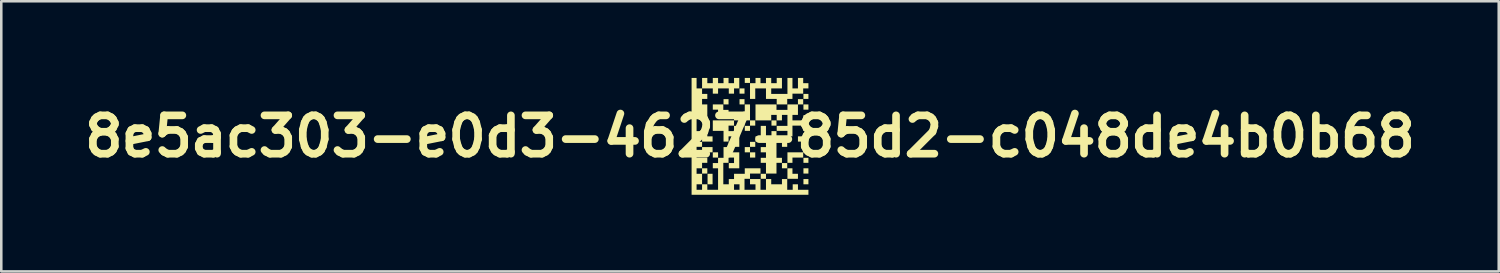
<source format=kicad_pcb>
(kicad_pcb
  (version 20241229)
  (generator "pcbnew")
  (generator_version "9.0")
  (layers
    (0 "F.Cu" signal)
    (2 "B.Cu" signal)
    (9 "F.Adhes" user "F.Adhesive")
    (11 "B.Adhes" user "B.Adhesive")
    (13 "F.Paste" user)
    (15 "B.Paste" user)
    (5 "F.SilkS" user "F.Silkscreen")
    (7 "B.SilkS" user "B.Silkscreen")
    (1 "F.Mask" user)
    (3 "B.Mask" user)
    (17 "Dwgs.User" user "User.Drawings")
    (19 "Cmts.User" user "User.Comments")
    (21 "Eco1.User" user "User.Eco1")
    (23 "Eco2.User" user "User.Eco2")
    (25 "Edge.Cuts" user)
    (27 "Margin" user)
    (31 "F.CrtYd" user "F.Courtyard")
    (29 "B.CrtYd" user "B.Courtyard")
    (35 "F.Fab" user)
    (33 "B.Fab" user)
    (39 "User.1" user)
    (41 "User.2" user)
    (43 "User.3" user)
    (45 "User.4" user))
  (footprint "8e5ac303-e0d3-4627-85d2-c048de4b0b68"
    (layer "F.Cu")
    (at 26.3 2.286)
    (property "Reference" "8e5ac303-e0d3-4627-85d2-c048de4b0b68" (at 0 0 0) (layer "F.SilkS") (effects (font (size 1.5 1.5) (thickness 0.3))))
    (attr board_only exclude_from_pos_files exclude_from_bom)
    (fp_poly (pts (xy -1.671 1.353) (xy -1.671 1.456) (xy -1.773 1.456) (xy -1.876 1.456) (xy -1.876 1.353) (xy -1.876 1.25) (xy -1.773 1.25) (xy -1.671 1.25)) (stroke (width 0) (type solid)) (fill yes) (layer "F.SilkS"))
    (fp_poly (pts (xy -1.465 0.523) (xy -1.465 0.625) (xy -1.671 0.625) (xy -1.876 0.625) (xy -1.876 0.523) (xy -1.876 0.42) (xy -1.671 0.42) (xy -1.465 0.42)) (stroke (width 0) (type solid)) (fill yes) (layer "F.SilkS"))
    (fp_poly (pts (xy -1.465 1.671) (xy -1.465 1.876) (xy -1.563 1.876) (xy -1.661 1.876) (xy -1.661 1.671) (xy -1.661 1.465) (xy -1.563 1.465) (xy -1.465 1.465)) (stroke (width 0) (type solid)) (fill yes) (layer "F.SilkS"))
    (fp_poly (pts (xy -1.25 0.728) (xy -1.25 0.83) (xy -1.353 0.83) (xy -1.456 0.83) (xy -1.456 0.728) (xy -1.456 0.625) (xy -1.353 0.625) (xy -1.25 0.625)) (stroke (width 0) (type solid)) (fill yes) (layer "F.SilkS"))
    (fp_poly (pts (xy -0.84 -1.353) (xy -0.84 -1.25) (xy -0.938 -1.25) (xy -1.036 -1.25) (xy -1.036 -1.353) (xy -1.036 -1.456) (xy -0.938 -1.456) (xy -0.84 -1.456)) (stroke (width 0) (type solid)) (fill yes) (layer "F.SilkS"))
    (fp_poly (pts (xy -0.215 -1.773) (xy -0.215 -1.671) (xy -0.313 -1.671) (xy -0.41 -1.671) (xy -0.41 -1.773) (xy -0.41 -1.876) (xy -0.313 -1.876) (xy -0.215 -1.876)) (stroke (width 0) (type solid)) (fill yes) (layer "F.SilkS"))
    (fp_poly (pts (xy -0.215 -1.353) (xy -0.215 -1.25) (xy -0.313 -1.25) (xy -0.41 -1.25) (xy -0.41 -1.353) (xy -0.41 -1.456) (xy -0.313 -1.456) (xy -0.215 -1.456)) (stroke (width 0) (type solid)) (fill yes) (layer "F.SilkS"))
    (fp_poly (pts (xy 0 -2.188) (xy 0 -2.091) (xy -0.103 -2.091) (xy -0.205 -2.091) (xy -0.205 -2.188) (xy -0.205 -2.286) (xy -0.103 -2.286) (xy 0 -2.286)) (stroke (width 0) (type solid)) (fill yes) (layer "F.SilkS"))
    (fp_poly (pts (xy 0 -0.313) (xy 0 -0.215) (xy -0.103 -0.215) (xy -0.205 -0.215) (xy -0.205 -0.313) (xy -0.205 -0.41) (xy -0.103 -0.41) (xy 0 -0.41)) (stroke (width 0) (type solid)) (fill yes) (layer "F.SilkS"))
    (fp_poly (pts (xy 0 0.523) (xy 0 0.625) (xy -0.103 0.625) (xy -0.205 0.625) (xy -0.205 0.523) (xy -0.205 0.42) (xy -0.103 0.42) (xy 0 0.42)) (stroke (width 0) (type solid)) (fill yes) (layer "F.SilkS"))
    (fp_poly (pts (xy 0.205 -0.523) (xy 0.205 -0.42) (xy 0.103 -0.42) (xy 0 -0.42) (xy 0 -0.523) (xy 0 -0.625) (xy 0.103 -0.625) (xy 0.205 -0.625)) (stroke (width 0) (type solid)) (fill yes) (layer "F.SilkS"))
    (fp_poly (pts (xy 0.205 0.313) (xy 0.205 0.41) (xy 0.103 0.41) (xy 0 0.41) (xy 0 0.313) (xy 0 0.215) (xy 0.103 0.215) (xy 0.205 0.215)) (stroke (width 0) (type solid)) (fill yes) (layer "F.SilkS"))
    (fp_poly (pts (xy 0.205 0.728) (xy 0.205 0.83) (xy 0.103 0.83) (xy 0 0.83) (xy 0 0.728) (xy 0 0.625) (xy 0.103 0.625) (xy 0.205 0.625)) (stroke (width 0) (type solid)) (fill yes) (layer "F.SilkS"))
    (fp_poly (pts (xy 0.41 0.103) (xy 0.41 0.205) (xy 0.313 0.205) (xy 0.215 0.205) (xy 0.215 0.103) (xy 0.215 0) (xy 0.313 0) (xy 0.41 0)) (stroke (width 0) (type solid)) (fill yes) (layer "F.SilkS"))
    (fp_poly (pts (xy 0.625 1.563) (xy 0.625 1.661) (xy 0.523 1.661) (xy 0.42 1.661) (xy 0.42 1.563) (xy 0.42 1.465) (xy 0.523 1.465) (xy 0.625 1.465)) (stroke (width 0) (type solid)) (fill yes) (layer "F.SilkS"))
    (fp_poly (pts (xy 1.036 -0.523) (xy 1.036 -0.42) (xy 0.938 -0.42) (xy 0.84 -0.42) (xy 0.84 -0.523) (xy 0.84 -0.625) (xy 0.938 -0.625) (xy 1.036 -0.625)) (stroke (width 0) (type solid)) (fill yes) (layer "F.SilkS"))
    (fp_poly (pts (xy 1.456 0.313) (xy 1.456 0.41) (xy 1.353 0.41) (xy 1.25 0.41) (xy 1.25 0.313) (xy 1.25 0.215) (xy 1.353 0.215) (xy 1.456 0.215)) (stroke (width 0) (type solid)) (fill yes) (layer "F.SilkS"))
    (fp_poly (pts (xy 1.456 1.148) (xy 1.456 1.25) (xy 1.353 1.25) (xy 1.25 1.25) (xy 1.25 1.148) (xy 1.25 1.045) (xy 1.353 1.045) (xy 1.456 1.045)) (stroke (width 0) (type solid)) (fill yes) (layer "F.SilkS"))
    (fp_poly (pts (xy 2.286 -1.563) (xy 2.286 -1.465) (xy 2.188 -1.465) (xy 2.091 -1.465) (xy 2.091 -1.563) (xy 2.091 -1.661) (xy 2.188 -1.661) (xy 2.286 -1.661)) (stroke (width 0) (type solid)) (fill yes) (layer "F.SilkS"))
    (fp_poly (pts (xy 2.286 -1.148) (xy 2.286 -1.045) (xy 2.188 -1.045) (xy 2.091 -1.045) (xy 2.091 -1.148) (xy 2.091 -1.25) (xy 2.188 -1.25) (xy 2.286 -1.25)) (stroke (width 0) (type solid)) (fill yes) (layer "F.SilkS"))
    (fp_poly (pts (xy 2.286 -0.728) (xy 2.286 -0.625) (xy 2.188 -0.625) (xy 2.091 -0.625) (xy 2.091 -0.728) (xy 2.091 -0.83) (xy 2.188 -0.83) (xy 2.286 -0.83)) (stroke (width 0) (type solid)) (fill yes) (layer "F.SilkS"))
    (fp_poly (pts (xy 2.286 -0.313) (xy 2.286 -0.215) (xy 2.188 -0.215) (xy 2.091 -0.215) (xy 2.091 -0.313) (xy 2.091 -0.41) (xy 2.188 -0.41) (xy 2.286 -0.41)) (stroke (width 0) (type solid)) (fill yes) (layer "F.SilkS"))
    (fp_poly (pts (xy 2.286 0.103) (xy 2.286 0.205) (xy 2.081 0.205) (xy 1.876 0.205) (xy 1.876 0.103) (xy 1.876 0) (xy 2.081 0) (xy 2.286 0)) (stroke (width 0) (type solid)) (fill yes) (layer "F.SilkS"))
    (fp_poly (pts (xy 2.286 0.523) (xy 2.286 0.625) (xy 2.188 0.625) (xy 2.091 0.625) (xy 2.091 0.523) (xy 2.091 0.42) (xy 2.188 0.42) (xy 2.286 0.42)) (stroke (width 0) (type solid)) (fill yes) (layer "F.SilkS"))
    (fp_poly (pts (xy 2.286 0.938) (xy 2.286 1.036) (xy 2.188 1.036) (xy 2.091 1.036) (xy 2.091 0.938) (xy 2.091 0.84) (xy 2.188 0.84) (xy 2.286 0.84)) (stroke (width 0) (type solid)) (fill yes) (layer "F.SilkS"))
    (fp_poly (pts (xy 2.286 1.353) (xy 2.286 1.456) (xy 2.188 1.456) (xy 2.091 1.456) (xy 2.091 1.353) (xy 2.091 1.25) (xy 2.188 1.25) (xy 2.286 1.25)) (stroke (width 0) (type solid)) (fill yes) (layer "F.SilkS"))
    (fp_poly (pts (xy 2.286 1.773) (xy 2.286 1.876) (xy 2.188 1.876) (xy 2.091 1.876) (xy 2.091 1.773) (xy 2.091 1.671) (xy 2.188 1.671) (xy 2.286 1.671)) (stroke (width 0) (type solid)) (fill yes) (layer "F.SilkS"))
    (fp_poly (pts (xy 1.661 1.358) (xy 1.661 1.465) (xy 1.768 1.465) (xy 1.876 1.465) (xy 1.876 1.563) (xy 1.876 1.661) (xy 1.671 1.661) (xy 1.465 1.661) (xy 1.465 1.456) (xy 1.465 1.25) (xy 1.563 1.25) (xy 1.661 1.25)) (stroke (width 0) (type solid)) (fill yes) (layer "F.SilkS"))
    (fp_poly (pts (xy 2.081 0.728) (xy 2.081 0.83) (xy 1.871 0.83) (xy 1.661 0.83) (xy 1.661 0.933) (xy 1.661 1.036) (xy 1.563 1.036) (xy 1.465 1.036) (xy 1.465 0.83) (xy 1.465 0.625) (xy 1.773 0.625) (xy 2.081 0.625)) (stroke (width 0) (type solid)) (fill yes) (layer "F.SilkS"))
    (fp_poly (pts (xy -1.045 -1.143) (xy -1.045 -1.036) (xy -0.943 -1.036) (xy -0.84 -1.036) (xy -0.84 -0.938) (xy -0.84 -0.84) (xy -1.045 -0.84) (xy -1.25 -0.84) (xy -1.25 -0.943) (xy -1.25 -1.045) (xy -1.353 -1.045) (xy -1.456 -1.045) (xy -1.456 -1.148) (xy -1.456 -1.25) (xy -1.25 -1.25) (xy -1.045 -1.25)) (stroke (width 0) (type solid)) (fill yes) (layer "F.SilkS"))
    (fp_poly (pts (xy 0.625 -0.205) (xy 0.625 0) (xy 0.733 0) (xy 0.84 0) (xy 0.84 -0.103) (xy 0.84 -0.205) (xy 0.938 -0.205) (xy 1.036 -0.205) (xy 1.036 -0.103) (xy 1.036 0) (xy 1.143 0) (xy 1.25 0) (xy 1.25 0.103) (xy 1.25 0.205) (xy 1.143 0.205) (xy 1.036 0.205) (xy 1.036 0.523) (xy 1.036 0.84) (xy 1.143 0.84) (xy 1.25 0.84) (xy 1.25 0.938) (xy 1.25 1.036) (xy 1.143 1.036) (xy 1.036 1.036) (xy 1.036 1.246) (xy 1.036 1.456) (xy 0.83 1.456) (xy 0.625 1.456) (xy 0.625 1.246) (xy 0.625 1.036) (xy 0.523 1.036) (xy 0.42 1.036) (xy 0.42 0.938) (xy 0.42 0.84) (xy 0.523 0.84) (xy 0.625 0.84) (xy 0.625 0.733) (xy 0.625 0.625) (xy 0.523 0.625) (xy 0.42 0.625) (xy 0.42 0.523) (xy 0.42 0.42) (xy 0.523 0.42) (xy 0.625 0.42) (xy 0.625 0.21) (xy 0.625 0) (xy 0.523 0) (xy 0.42 0) (xy 0.42 -0.205) (xy 0.42 -0.41) (xy 0.523 -0.41) (xy 0.625 -0.41)) (stroke (width 0) (type solid)) (fill yes) (layer "F.SilkS"))
    (fp_poly (pts (xy 0 -0.938) (xy 0 -0.625) (xy -0.107 -0.625) (xy -0.215 -0.625) (xy -0.215 -0.523) (xy -0.215 -0.42) (xy -0.313 -0.42) (xy -0.41 -0.42) (xy -0.41 -0.523) (xy -0.41 -0.625) (xy -0.518 -0.625) (xy -0.625 -0.625) (xy -0.625 -0.523) (xy -0.625 -0.42) (xy -0.733 -0.42) (xy -0.84 -0.42) (xy -0.84 -0.313) (xy -0.84 -0.205) (xy -0.733 -0.205) (xy -0.625 -0.205) (xy -0.625 -0.308) (xy -0.625 -0.41) (xy -0.523 -0.41) (xy -0.42 -0.41) (xy -0.42 0) (xy -0.42 0.41) (xy -0.625 0.41) (xy -0.83 0.41) (xy -0.83 0.313) (xy -0.83 0.215) (xy -0.728 0.215) (xy -0.625 0.215) (xy -0.625 0.107) (xy -0.625 0) (xy -0.733 0) (xy -0.84 0) (xy -0.84 0.103) (xy -0.84 0.205) (xy -0.938 0.205) (xy -1.036 0.205) (xy -1.036 -0.005) (xy -1.036 -0.215) (xy -1.246 -0.215) (xy -1.456 -0.215) (xy -1.456 -0.42) (xy -1.456 -0.625) (xy -1.04 -0.625) (xy -0.625 -0.625) (xy -0.625 -0.728) (xy -0.625 -0.83) (xy -0.415 -0.83) (xy -0.205 -0.83) (xy -0.205 -1.04) (xy -0.205 -1.25) (xy -0.103 -1.25) (xy 0 -1.25)) (stroke (width 0) (type solid)) (fill yes) (layer "F.SilkS"))
    (fp_poly (pts (xy 2.081 -1.353) (xy 2.081 -1.25) (xy 1.978 -1.25) (xy 1.876 -1.25) (xy 1.876 -1.045) (xy 1.876 -0.84) (xy 1.768 -0.84) (xy 1.661 -0.84) (xy 1.661 -0.733) (xy 1.661 -0.625) (xy 1.871 -0.625) (xy 2.081 -0.625) (xy 2.081 -0.523) (xy 2.081 -0.42) (xy 1.871 -0.42) (xy 1.661 -0.42) (xy 1.661 -0.21) (xy 1.661 0) (xy 1.563 0) (xy 1.465 0) (xy 1.465 -0.107) (xy 1.465 -0.215) (xy 1.255 -0.215) (xy 1.045 -0.215) (xy 1.045 -0.313) (xy 1.045 -0.41) (xy 1.255 -0.41) (xy 1.465 -0.41) (xy 1.465 -0.625) (xy 1.465 -0.84) (xy 1.358 -0.84) (xy 1.25 -0.84) (xy 1.25 -0.733) (xy 1.25 -0.625) (xy 1.148 -0.625) (xy 1.045 -0.625) (xy 1.045 -0.733) (xy 1.045 -0.84) (xy 0.938 -0.84) (xy 0.83 -0.84) (xy 0.83 -0.733) (xy 0.83 -0.625) (xy 0.523 -0.625) (xy 0.215 -0.625) (xy 0.215 -0.938) (xy 0.215 -1.25) (xy 0.625 -1.25) (xy 1.036 -1.25) (xy 1.036 -1.143) (xy 1.036 -1.036) (xy 1.25 -1.036) (xy 1.465 -1.036) (xy 1.465 -1.143) (xy 1.465 -1.25) (xy 1.671 -1.25) (xy 1.876 -1.25) (xy 1.876 -1.353) (xy 1.876 -1.456) (xy 1.978 -1.456) (xy 2.081 -1.456)) (stroke (width 0) (type solid)) (fill yes) (layer "F.SilkS"))
    (fp_poly (pts (xy 0.41 -2.183) (xy 0.41 -2.081) (xy 0.518 -2.081) (xy 0.625 -2.081) (xy 0.625 -2.183) (xy 0.625 -2.286) (xy 0.728 -2.286) (xy 0.83 -2.286) (xy 0.83 -2.183) (xy 0.83 -2.081) (xy 0.938 -2.081) (xy 1.045 -2.081) (xy 1.045 -2.183) (xy 1.045 -2.286) (xy 1.148 -2.286) (xy 1.25 -2.286) (xy 1.25 -2.081) (xy 1.25 -1.876) (xy 1.04 -1.876) (xy 0.83 -1.876) (xy 0.83 -1.768) (xy 0.83 -1.661) (xy 1.148 -1.661) (xy 1.465 -1.661) (xy 1.465 -1.973) (xy 1.465 -2.286) (xy 1.563 -2.286) (xy 1.661 -2.286) (xy 1.661 -2.081) (xy 1.661 -1.876) (xy 1.768 -1.876) (xy 1.876 -1.876) (xy 1.876 -2.081) (xy 1.876 -2.286) (xy 1.978 -2.286) (xy 2.081 -2.286) (xy 2.081 -2.183) (xy 2.081 -2.081) (xy 2.183 -2.081) (xy 2.286 -2.081) (xy 2.286 -1.978) (xy 2.286 -1.876) (xy 2.183 -1.876) (xy 2.081 -1.876) (xy 2.081 -1.773) (xy 2.081 -1.671) (xy 1.871 -1.671) (xy 1.661 -1.671) (xy 1.661 -1.568) (xy 1.661 -1.465) (xy 1.558 -1.465) (xy 1.456 -1.465) (xy 1.456 -1.358) (xy 1.456 -1.25) (xy 1.25 -1.25) (xy 1.045 -1.25) (xy 1.045 -1.358) (xy 1.045 -1.465) (xy 0.835 -1.465) (xy 0.625 -1.465) (xy 0.625 -1.671) (xy 0.625 -1.876) (xy 0.415 -1.876) (xy 0.205 -1.876) (xy 0.205 -1.671) (xy 0.205 -1.465) (xy 0.103 -1.465) (xy 0 -1.465) (xy 0 -1.773) (xy 0 -2.081) (xy 0.107 -2.081) (xy 0.215 -2.081) (xy 0.215 -2.183) (xy 0.215 -2.286) (xy 0.313 -2.286) (xy 0.41 -2.286)) (stroke (width 0) (type solid)) (fill yes) (layer "F.SilkS"))
    (fp_poly (pts (xy -2.091 -2.081) (xy -2.091 -1.876) (xy -1.983 -1.876) (xy -1.876 -1.876) (xy -1.876 -2.081) (xy -1.876 -2.286) (xy -1.773 -2.286) (xy -1.671 -2.286) (xy -1.671 -2.183) (xy -1.671 -2.081) (xy -1.563 -2.081) (xy -1.456 -2.081) (xy -1.456 -2.183) (xy -1.456 -2.286) (xy -1.353 -2.286) (xy -1.25 -2.286) (xy -1.25 -2.183) (xy -1.25 -2.081) (xy -1.143 -2.081) (xy -1.036 -2.081) (xy -1.036 -2.183) (xy -1.036 -2.286) (xy -0.938 -2.286) (xy -0.84 -2.286) (xy -0.84 -2.183) (xy -0.84 -2.081) (xy -0.733 -2.081) (xy -0.625 -2.081) (xy -0.625 -2.183) (xy -0.625 -2.286) (xy -0.523 -2.286) (xy -0.42 -2.286) (xy -0.42 -2.081) (xy -0.42 -1.876) (xy -0.523 -1.876) (xy -0.625 -1.876) (xy -0.625 -1.773) (xy -0.625 -1.671) (xy -0.728 -1.671) (xy -0.83 -1.671) (xy -0.83 -1.773) (xy -0.83 -1.876) (xy -1.04 -1.876) (xy -1.25 -1.876) (xy -1.25 -1.773) (xy -1.25 -1.671) (xy -1.353 -1.671) (xy -1.456 -1.671) (xy -1.456 -1.773) (xy -1.456 -1.876) (xy -1.666 -1.876) (xy -1.876 -1.876) (xy -1.876 -1.768) (xy -1.876 -1.661) (xy -1.773 -1.661) (xy -1.671 -1.661) (xy -1.671 -1.563) (xy -1.671 -1.465) (xy -1.773 -1.465) (xy -1.876 -1.465) (xy -1.876 -1.358) (xy -1.876 -1.25) (xy -1.773 -1.25) (xy -1.671 -1.25) (xy -1.671 -0.938) (xy -1.671 -0.625) (xy -1.773 -0.625) (xy -1.876 -0.625) (xy -1.876 -0.733) (xy -1.876 -0.84) (xy -1.983 -0.84) (xy -2.091 -0.84) (xy -2.091 -0.523) (xy -2.091 -0.205) (xy -1.881 -0.205) (xy -1.671 -0.205) (xy -1.671 -0.103) (xy -1.671 0) (xy -1.568 0) (xy -1.465 0) (xy -1.465 0.103) (xy -1.465 0.205) (xy -1.671 0.205) (xy -1.876 0.205) (xy -1.876 0.103) (xy -1.876 0) (xy -1.983 0) (xy -2.091 0) (xy -2.091 0.107) (xy -2.091 0.215) (xy -1.983 0.215) (xy -1.876 0.215) (xy -1.876 0.313) (xy -1.876 0.41) (xy -1.983 0.41) (xy -2.091 0.41) (xy -2.091 0.625) (xy -2.091 0.84) (xy -1.881 0.84) (xy -1.671 0.84) (xy -1.671 0.938) (xy -1.671 1.036) (xy -1.773 1.036) (xy -1.876 1.036) (xy -1.876 1.143) (xy -1.876 1.25) (xy -1.983 1.25) (xy -2.091 1.25) (xy -2.091 1.358) (xy -2.091 1.465) (xy -1.983 1.465) (xy -1.876 1.465) (xy -1.876 1.671) (xy -1.876 1.876) (xy -1.983 1.876) (xy -2.091 1.876) (xy -2.091 1.983) (xy -2.091 2.091) (xy -1.983 2.091) (xy -1.876 2.091) (xy -1.876 1.983) (xy -1.876 1.876) (xy -1.773 1.876) (xy -1.671 1.876) (xy -1.671 1.983) (xy -1.671 2.091) (xy -1.46 2.091) (xy -1.25 2.091) (xy -1.25 1.983) (xy -0.625 1.983) (xy -0.625 2.091) (xy -0.518 2.091) (xy -0.41 2.091) (xy -0.41 1.983) (xy -0.41 1.876) (xy -0.518 1.876) (xy -0.625 1.876) (xy -0.625 1.983) (xy -1.25 1.983) (xy -1.25 1.671) (xy -1.25 1.25) (xy -1.353 1.25) (xy -1.456 1.25) (xy -1.456 1.148) (xy -1.456 1.045) (xy -1.353 1.045) (xy -1.25 1.045) (xy -1.25 0.943) (xy -1.25 0.84) (xy -1.143 0.84) (xy -1.036 0.84) (xy -1.036 0.63) (xy -1.036 0.42) (xy -0.938 0.42) (xy -0.84 0.42) (xy -0.84 0.523) (xy -0.84 0.625) (xy -0.63 0.625) (xy -0.42 0.625) (xy -0.42 0.938) (xy -0.42 1.25) (xy -0.625 1.25) (xy -0.83 1.25) (xy -0.83 1.148) (xy -0.83 1.045) (xy -0.728 1.045) (xy -0.625 1.045) (xy -0.625 0.938) (xy -0.625 0.83) (xy -0.733 0.83) (xy -0.84 0.83) (xy -0.84 0.933) (xy -0.84 1.036) (xy -0.943 1.036) (xy -1.045 1.036) (xy -1.045 1.456) (xy -1.045 1.876) (xy -0.938 1.876) (xy -0.83 1.876) (xy -0.83 1.773) (xy -0.83 1.671) (xy -0.728 1.671) (xy -0.625 1.671) (xy -0.625 1.568) (xy -0.625 1.465) (xy -0.415 1.465) (xy -0.205 1.465) (xy -0.205 1.358) (xy -0.205 1.25) (xy 0.103 1.25) (xy 0.41 1.25) (xy 0.41 1.353) (xy 0.41 1.456) (xy 0.205 1.456) (xy 0 1.456) (xy 0 1.558) (xy 0 1.661) (xy -0.107 1.661) (xy -0.215 1.661) (xy -0.215 1.876) (xy -0.215 2.091) (xy 0 2.091) (xy 0.215 2.091) (xy 0.215 1.983) (xy 0.215 1.876) (xy 0.107 1.876) (xy 0 1.876) (xy 0 1.773) (xy 0 1.671) (xy 0.205 1.671) (xy 0.41 1.671) (xy 0.41 1.881) (xy 0.41 2.091) (xy 0.518 2.091) (xy 0.625 2.091) (xy 0.625 1.881) (xy 0.625 1.671) (xy 0.728 1.671) (xy 0.83 1.671) (xy 0.83 1.773) (xy 0.83 1.876) (xy 1.04 1.876) (xy 1.25 1.876) (xy 1.25 1.773) (xy 1.25 1.671) (xy 1.353 1.671) (xy 1.456 1.671) (xy 1.456 1.881) (xy 1.456 2.091) (xy 1.563 2.091) (xy 1.671 2.091) (xy 1.671 1.983) (xy 1.671 1.876) (xy 1.773 1.876) (xy 1.876 1.876) (xy 1.876 1.983) (xy 1.876 2.091) (xy 2.081 2.091) (xy 2.286 2.091) (xy 2.286 2.188) (xy 2.286 2.286) (xy 0 2.286) (xy -2.286 2.286) (xy -2.286 0) (xy -2.286 -2.286) (xy -2.188 -2.286) (xy -2.091 -2.286)) (stroke (width 0) (type solid)) (fill yes) (layer "F.SilkS")))
  (gr_rect
    (start -3 -3)
    (end 55.6 7.572)
    (stroke (width 0.1) (type default))
    (fill no)
    (layer "Edge.Cuts")))
</source>
